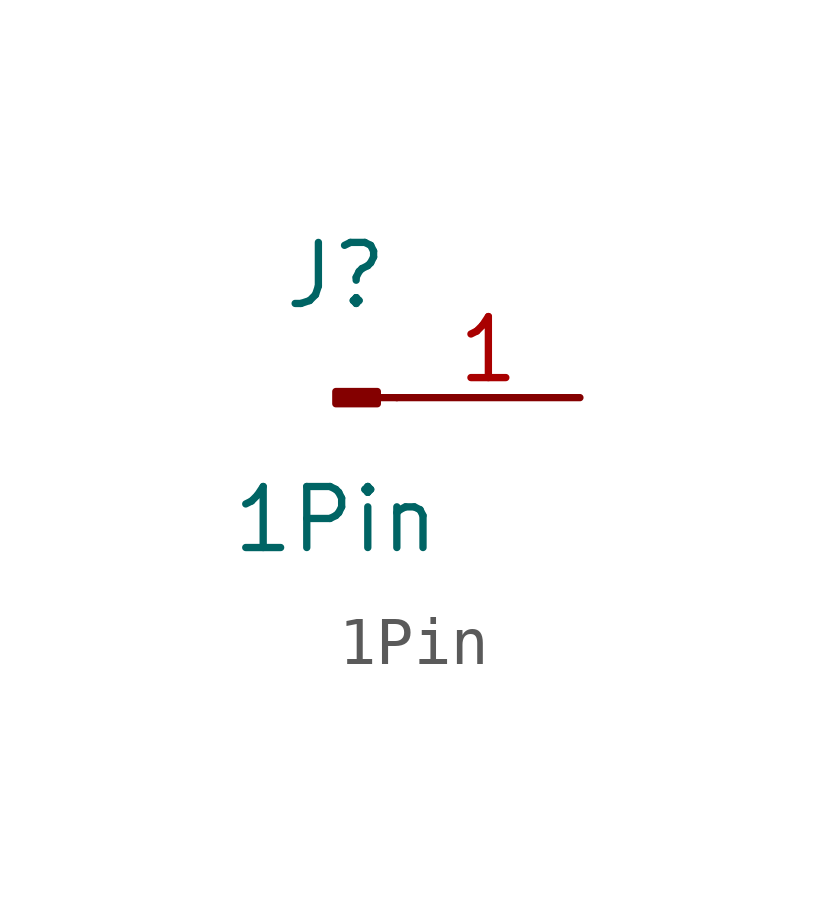
<source format=kicad_sym>
(kicad_symbol_lib
  (version 20220914)
  (generator kicad_symbol_editor)
  (symbol "1Pin"
    (pin_names
      (offset 1.016) hide)
    (property "Reference" "J"
      (at 0 2.54 0)
      (effects (font (size 1.27 1.27))))
    (property "Value" "1Pin"
      (at 0 -2.54 0)
      (effects (font (size 1.27 1.27))))
    (property "ki_locked" ""
      (at 0 0 0)
      (effects (font (size 1.27 1.27))))
    (symbol "1Pin_1_1"
      (polyline (pts (xy 1.27 0) (xy 0.864 0)) (stroke (width 0.152) (type default)) (fill (type none)))
      (rectangle (start 0.864 0.127) (end 0 -0.127) (stroke (width 0.152) (type default)) (fill (type outline)))
      (pin passive line (at 5.08 0 180) (length 3.81) (name "Pin_1" (effects (font (size 1.27 1.27)))) (number "1" (effects (font (size 1.27 1.27))))))))
</source>
